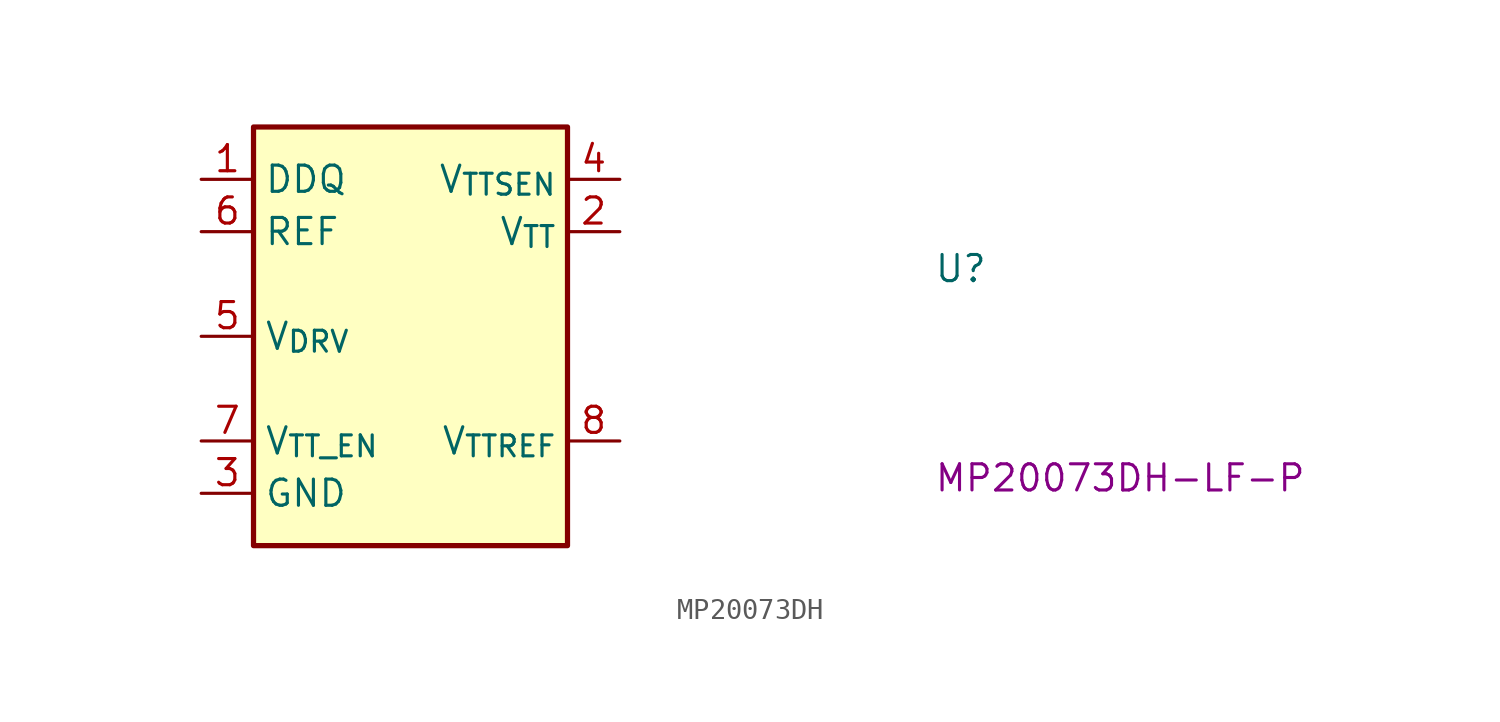
<source format=kicad_sym>
(kicad_symbol_lib
  (version 20220914)
  (generator kicad_symbol_editor)
  (symbol "MP20073DH"
    (property "Reference" "U"
      (at 35.56 -5.08 0)
      (effects (font (size 1.27 1.27) (thickness 0.15)) (justify left bottom)))
    (property "MPN" "MP20073DH-LF-P"
      (at 35.56 -15.24 0)
      (effects (font (size 1.27 1.27) (thickness 0.15)) (justify left bottom)))
    (symbol "MP20073DH_1_1"
      (rectangle (start 2.54 2.54) (end 17.78 -17.78) (stroke (width 0.254) (type default)) (fill (type background)))
      (pin power_in line (at 0 0 0) (length 2.54) (name "DDQ" (effects (font (size 1.27 1.27)))) (number "1" (effects (font (size 1.27 1.27)))))
      (pin passive line (at 20.32 -2.54 180) (length 2.54) (name "V_{TT}" (effects (font (size 1.27 1.27)))) (number "2" (effects (font (size 1.27 1.27)))))
      (pin power_in line (at 0 -15.24 0) (length 2.54) (name "GND" (effects (font (size 1.27 1.27)))) (number "3" (effects (font (size 1.27 1.27)))))
      (pin passive line (at 20.32 0 180) (length 2.54) (name "V_{TTSEN}" (effects (font (size 1.27 1.27)))) (number "4" (effects (font (size 1.27 1.27)))))
      (pin passive line (at 0 -7.62 0) (length 2.54) (name "V_{DRV}" (effects (font (size 1.27 1.27)))) (number "5" (effects (font (size 1.27 1.27)))))
      (pin passive line (at 0 -2.54 0) (length 2.54) (name "REF" (effects (font (size 1.27 1.27)))) (number "6" (effects (font (size 1.27 1.27)))))
      (pin passive line (at 0 -12.7 0) (length 2.54) (name "V_{TT_EN}" (effects (font (size 1.27 1.27)))) (number "7" (effects (font (size 1.27 1.27)))))
      (pin passive line (at 20.32 -12.7 180) (length 2.54) (name "V_{TTREF}" (effects (font (size 1.27 1.27)))) (number "8" (effects (font (size 1.27 1.27)))))
      (pin passive line (at 0 -15.24 0) (length 2.54) hide (name "GND" (effects (font (size 1.27 1.27)))) (number "9" (effects (font (size 1.27 1.27))))))))
</source>
